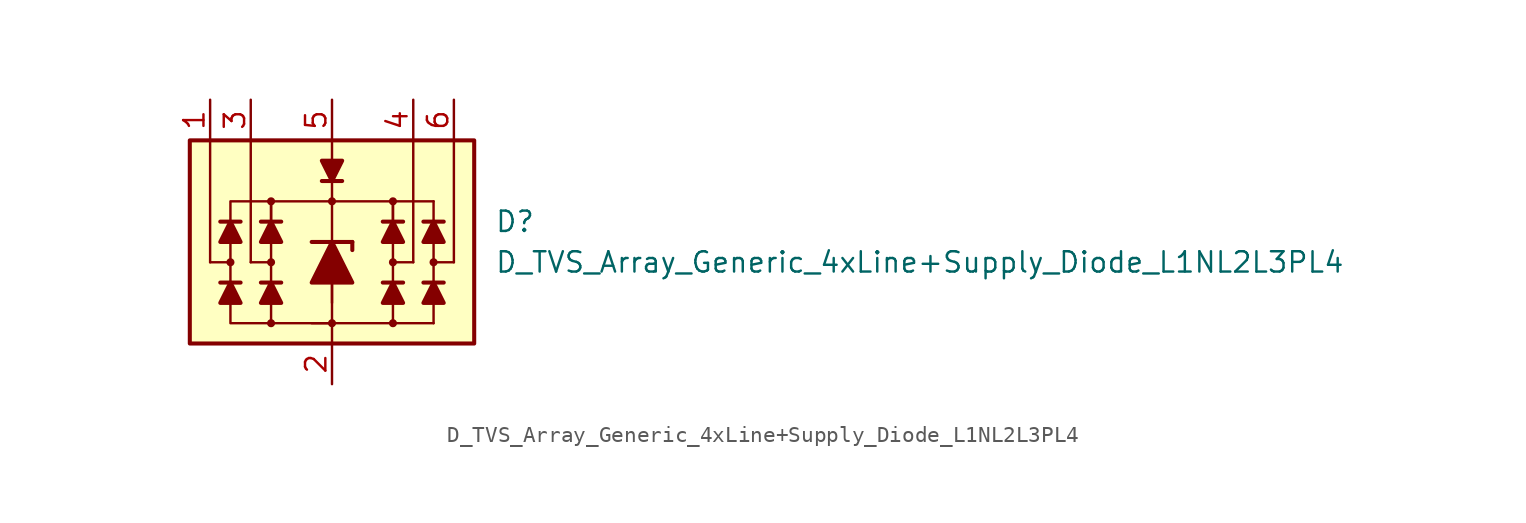
<source format=kicad_sym>
(kicad_symbol_lib
  (version 20211014)
  (generator kicad_symbol_editor)
  (symbol "D_TVS_Array_Generic_4xLine+Supply_Diode_L1NL2L3PL4"
    (pin_names
      (offset 1.016) hide)
    (property "Reference" "D"
      (at 10.16 1.27 0)
      (effects (font (size 1.27 1.27)) (justify left)))
    (property "Value" "D_TVS_Array_Generic_4xLine+Supply_Diode_L1NL2L3PL4"
      (at 10.16 -1.27 0)
      (effects (font (size 1.27 1.27)) (justify left)))
    (symbol "D_TVS_Array_Generic_4xLine+Supply_Diode_L1NL2L3PL4_0_1"
      (rectangle (start -8.89 6.35) (end 8.89 -6.35) (stroke (width 0.254) (type default) (color 0 0 0 0)) (fill (type background)))
      (circle (center -3.81 -1.27) (radius 0.178) (stroke (width 0) (type default) (color 0 0 0 0)) (fill (type outline)))
      (polyline (pts (xy -5.715 -2.54) (xy -6.985 -2.54)) (stroke (width 0.254) (type default) (color 0 0 0 0)) (fill (type none)))
      (polyline (pts (xy -5.715 1.27) (xy -6.985 1.27)) (stroke (width 0.254) (type default) (color 0 0 0 0)) (fill (type none)))
      (polyline (pts (xy -5.08 -1.27) (xy -5.08 6.35)) (stroke (width 0) (type default) (color 0 0 0 0)) (fill (type none)))
      (polyline (pts (xy -3.81 -2.54) (xy -3.81 0)) (stroke (width 0) (type default) (color 0 0 0 0)) (fill (type none)))
      (polyline (pts (xy -3.81 -1.27) (xy -5.08 -1.27)) (stroke (width 0) (type default) (color 0 0 0 0)) (fill (type none)))
      (polyline (pts (xy -3.175 -2.54) (xy -4.445 -2.54)) (stroke (width 0.254) (type default) (color 0 0 0 0)) (fill (type none)))
      (polyline (pts (xy -3.175 1.27) (xy -4.445 1.27)) (stroke (width 0.254) (type default) (color 0 0 0 0)) (fill (type none)))
      (polyline (pts (xy -0.635 3.81) (xy 0.635 3.81)) (stroke (width 0.254) (type default) (color 0 0 0 0)) (fill (type none)))
      (polyline (pts (xy 0 -3.81) (xy 0 5.08)) (stroke (width 0) (type default) (color 0 0 0 0)) (fill (type none)))
      (polyline (pts (xy 0 -2.54) (xy 0 -6.35)) (stroke (width 0) (type default) (color 0 0 0 0)) (fill (type none)))
      (polyline (pts (xy 3.81 -2.54) (xy 3.81 0)) (stroke (width 0) (type default) (color 0 0 0 0)) (fill (type none)))
      (polyline (pts (xy 3.81 -1.27) (xy 5.08 -1.27)) (stroke (width 0) (type default) (color 0 0 0 0)) (fill (type none)))
      (polyline (pts (xy 3.81 2.54) (xy 6.35 2.54)) (stroke (width 0.152) (type default) (color 0 0 0 0)) (fill (type none)))
      (polyline (pts (xy 4.445 -2.54) (xy 3.175 -2.54)) (stroke (width 0.254) (type default) (color 0 0 0 0)) (fill (type none)))
      (polyline (pts (xy 4.445 1.27) (xy 3.175 1.27)) (stroke (width 0.254) (type default) (color 0 0 0 0)) (fill (type none)))
      (polyline (pts (xy 5.08 -1.27) (xy 5.08 6.35)) (stroke (width 0) (type default) (color 0 0 0 0)) (fill (type none)))
      (polyline (pts (xy 6.35 2.54) (xy 6.35 -5.08)) (stroke (width 0.152) (type default) (color 0 0 0 0)) (fill (type none)))
      (polyline (pts (xy 6.985 -2.54) (xy 5.715 -2.54)) (stroke (width 0.254) (type default) (color 0 0 0 0)) (fill (type none)))
      (polyline (pts (xy 6.985 1.27) (xy 5.715 1.27)) (stroke (width 0.254) (type default) (color 0 0 0 0)) (fill (type none)))
      (polyline (pts (xy 6.35 -5.08) (xy -1.27 -5.08) (xy 0 -5.08)) (stroke (width 0.152) (type default) (color 0 0 0 0)) (fill (type none)))
      (polyline (pts (xy -6.35 -2.54) (xy -5.715 -3.81) (xy -6.985 -3.81) (xy -6.35 -2.54)) (stroke (width 0.254) (type default) (color 0 0 0 0)) (fill (type outline)))
      (polyline (pts (xy -6.35 1.27) (xy -5.715 0) (xy -6.985 0) (xy -6.35 1.27)) (stroke (width 0.254) (type default) (color 0 0 0 0)) (fill (type outline)))
      (polyline (pts (xy -3.81 -2.54) (xy -3.175 -3.81) (xy -4.445 -3.81) (xy -3.81 -2.54)) (stroke (width 0.254) (type default) (color 0 0 0 0)) (fill (type outline)))
      (polyline (pts (xy -3.81 1.27) (xy -3.81 2.54) (xy 3.81 2.54) (xy 3.81 1.27)) (stroke (width 0) (type default) (color 0 0 0 0)) (fill (type none)))
      (polyline (pts (xy -3.81 1.27) (xy -3.175 0) (xy -4.445 0) (xy -3.81 1.27)) (stroke (width 0.254) (type default) (color 0 0 0 0)) (fill (type outline)))
      (polyline (pts (xy 0 -5.08) (xy -6.35 -5.08) (xy -6.35 2.54) (xy -3.81 2.54)) (stroke (width 0) (type default) (color 0 0 0 0)) (fill (type none)))
      (polyline (pts (xy 0 3.81) (xy -0.635 5.08) (xy 0.635 5.08) (xy 0 3.81)) (stroke (width 0.254) (type default) (color 0 0 0 0)) (fill (type outline)))
      (polyline (pts (xy 3.81 -2.54) (xy 4.445 -3.81) (xy 3.175 -3.81) (xy 3.81 -2.54)) (stroke (width 0.254) (type default) (color 0 0 0 0)) (fill (type outline)))
      (polyline (pts (xy 3.81 1.27) (xy 4.445 0) (xy 3.175 0) (xy 3.81 1.27)) (stroke (width 0.254) (type default) (color 0 0 0 0)) (fill (type outline)))
      (polyline (pts (xy 6.35 -2.54) (xy 6.985 -3.81) (xy 5.715 -3.81) (xy 6.35 -2.54)) (stroke (width 0.254) (type default) (color 0 0 0 0)) (fill (type outline)))
      (polyline (pts (xy 6.35 1.27) (xy 6.985 0) (xy 5.715 0) (xy 6.35 1.27)) (stroke (width 0.254) (type default) (color 0 0 0 0)) (fill (type outline)))
      (circle (center 0 2.54) (radius 0.178) (stroke (width 0) (type default) (color 0 0 0 0)) (fill (type outline)))
      (circle (center 3.81 -1.27) (radius 0.178) (stroke (width 0) (type default) (color 0 0 0 0)) (fill (type outline))))
    (symbol "D_TVS_Array_Generic_4xLine+Supply_Diode_L1NL2L3PL4_1_1"
      (circle (center -6.35 -1.27) (radius 0.178) (stroke (width 0) (type default) (color 0 0 0 0)) (fill (type outline)))
      (circle (center -3.81 -5.08) (radius 0.178) (stroke (width 0) (type default) (color 0 0 0 0)) (fill (type outline)))
      (circle (center -3.81 2.54) (radius 0.178) (stroke (width 0) (type default) (color 0 0 0 0)) (fill (type outline)))
      (circle (center 0 -5.08) (radius 0.178) (stroke (width 0) (type default) (color 0 0 0 0)) (fill (type outline)))
      (polyline (pts (xy -7.62 -1.27) (xy -7.62 6.35)) (stroke (width 0) (type default) (color 0 0 0 0)) (fill (type none)))
      (polyline (pts (xy -6.35 -1.27) (xy -7.62 -1.27)) (stroke (width 0) (type default) (color 0 0 0 0)) (fill (type none)))
      (polyline (pts (xy -3.81 -5.08) (xy -3.81 -2.54)) (stroke (width 0) (type default) (color 0 0 0 0)) (fill (type none)))
      (polyline (pts (xy -3.81 0) (xy -3.81 2.54)) (stroke (width 0) (type default) (color 0 0 0 0)) (fill (type none)))
      (polyline (pts (xy -1.27 0) (xy 1.27 0)) (stroke (width 0.254) (type default) (color 0 0 0 0)) (fill (type none)))
      (polyline (pts (xy 0 -2.54) (xy 0 0)) (stroke (width 0) (type default) (color 0 0 0 0)) (fill (type none)))
      (polyline (pts (xy 0 6.35) (xy 0 3.81)) (stroke (width 0) (type default) (color 0 0 0 0)) (fill (type none)))
      (polyline (pts (xy 1.27 0) (xy 1.27 -0.508)) (stroke (width 0.254) (type default) (color 0 0 0 0)) (fill (type none)))
      (polyline (pts (xy 3.81 -5.08) (xy 3.81 -2.54)) (stroke (width 0) (type default) (color 0 0 0 0)) (fill (type none)))
      (polyline (pts (xy 3.81 0) (xy 3.81 2.54)) (stroke (width 0) (type default) (color 0 0 0 0)) (fill (type none)))
      (polyline (pts (xy 6.35 -1.27) (xy 7.62 -1.27)) (stroke (width 0) (type default) (color 0 0 0 0)) (fill (type none)))
      (polyline (pts (xy 7.62 -1.27) (xy 7.62 6.35)) (stroke (width 0) (type default) (color 0 0 0 0)) (fill (type none)))
      (polyline (pts (xy 1.27 -2.54) (xy -1.27 -2.54) (xy 0 0) (xy 1.27 -2.54)) (stroke (width 0.254) (type default) (color 0 0 0 0)) (fill (type outline)))
      (circle (center 3.81 -5.08) (radius 0.178) (stroke (width 0) (type default) (color 0 0 0 0)) (fill (type outline)))
      (circle (center 3.81 2.54) (radius 0.178) (stroke (width 0) (type default) (color 0 0 0 0)) (fill (type outline)))
      (circle (center 6.35 -1.27) (radius 0.178) (stroke (width 0) (type default) (color 0 0 0 0)) (fill (type outline)))
      (pin passive line (at -7.62 8.89 270) (length 2.54) (name "L1" (effects (font (size 1.27 1.27)))) (number "1" (effects (font (size 1.27 1.27)))))
      (pin passive line (at 0 -8.89 90) (length 2.54) (name "VN" (effects (font (size 1.27 1.27)))) (number "2" (effects (font (size 1.27 1.27)))))
      (pin passive line (at -5.08 8.89 270) (length 2.54) (name "L2" (effects (font (size 1.27 1.27)))) (number "3" (effects (font (size 1.27 1.27)))))
      (pin passive line (at 5.08 8.89 270) (length 2.54) (name "L3" (effects (font (size 1.27 1.27)))) (number "4" (effects (font (size 1.27 1.27)))))
      (pin passive line (at 0 8.89 270) (length 2.54) (name "VP" (effects (font (size 1.27 1.27)))) (number "5" (effects (font (size 1.27 1.27)))))
      (pin passive line (at 7.62 8.89 270) (length 2.54) (name "L4" (effects (font (size 1.27 1.27)))) (number "6" (effects (font (size 1.27 1.27))))))))
</source>
